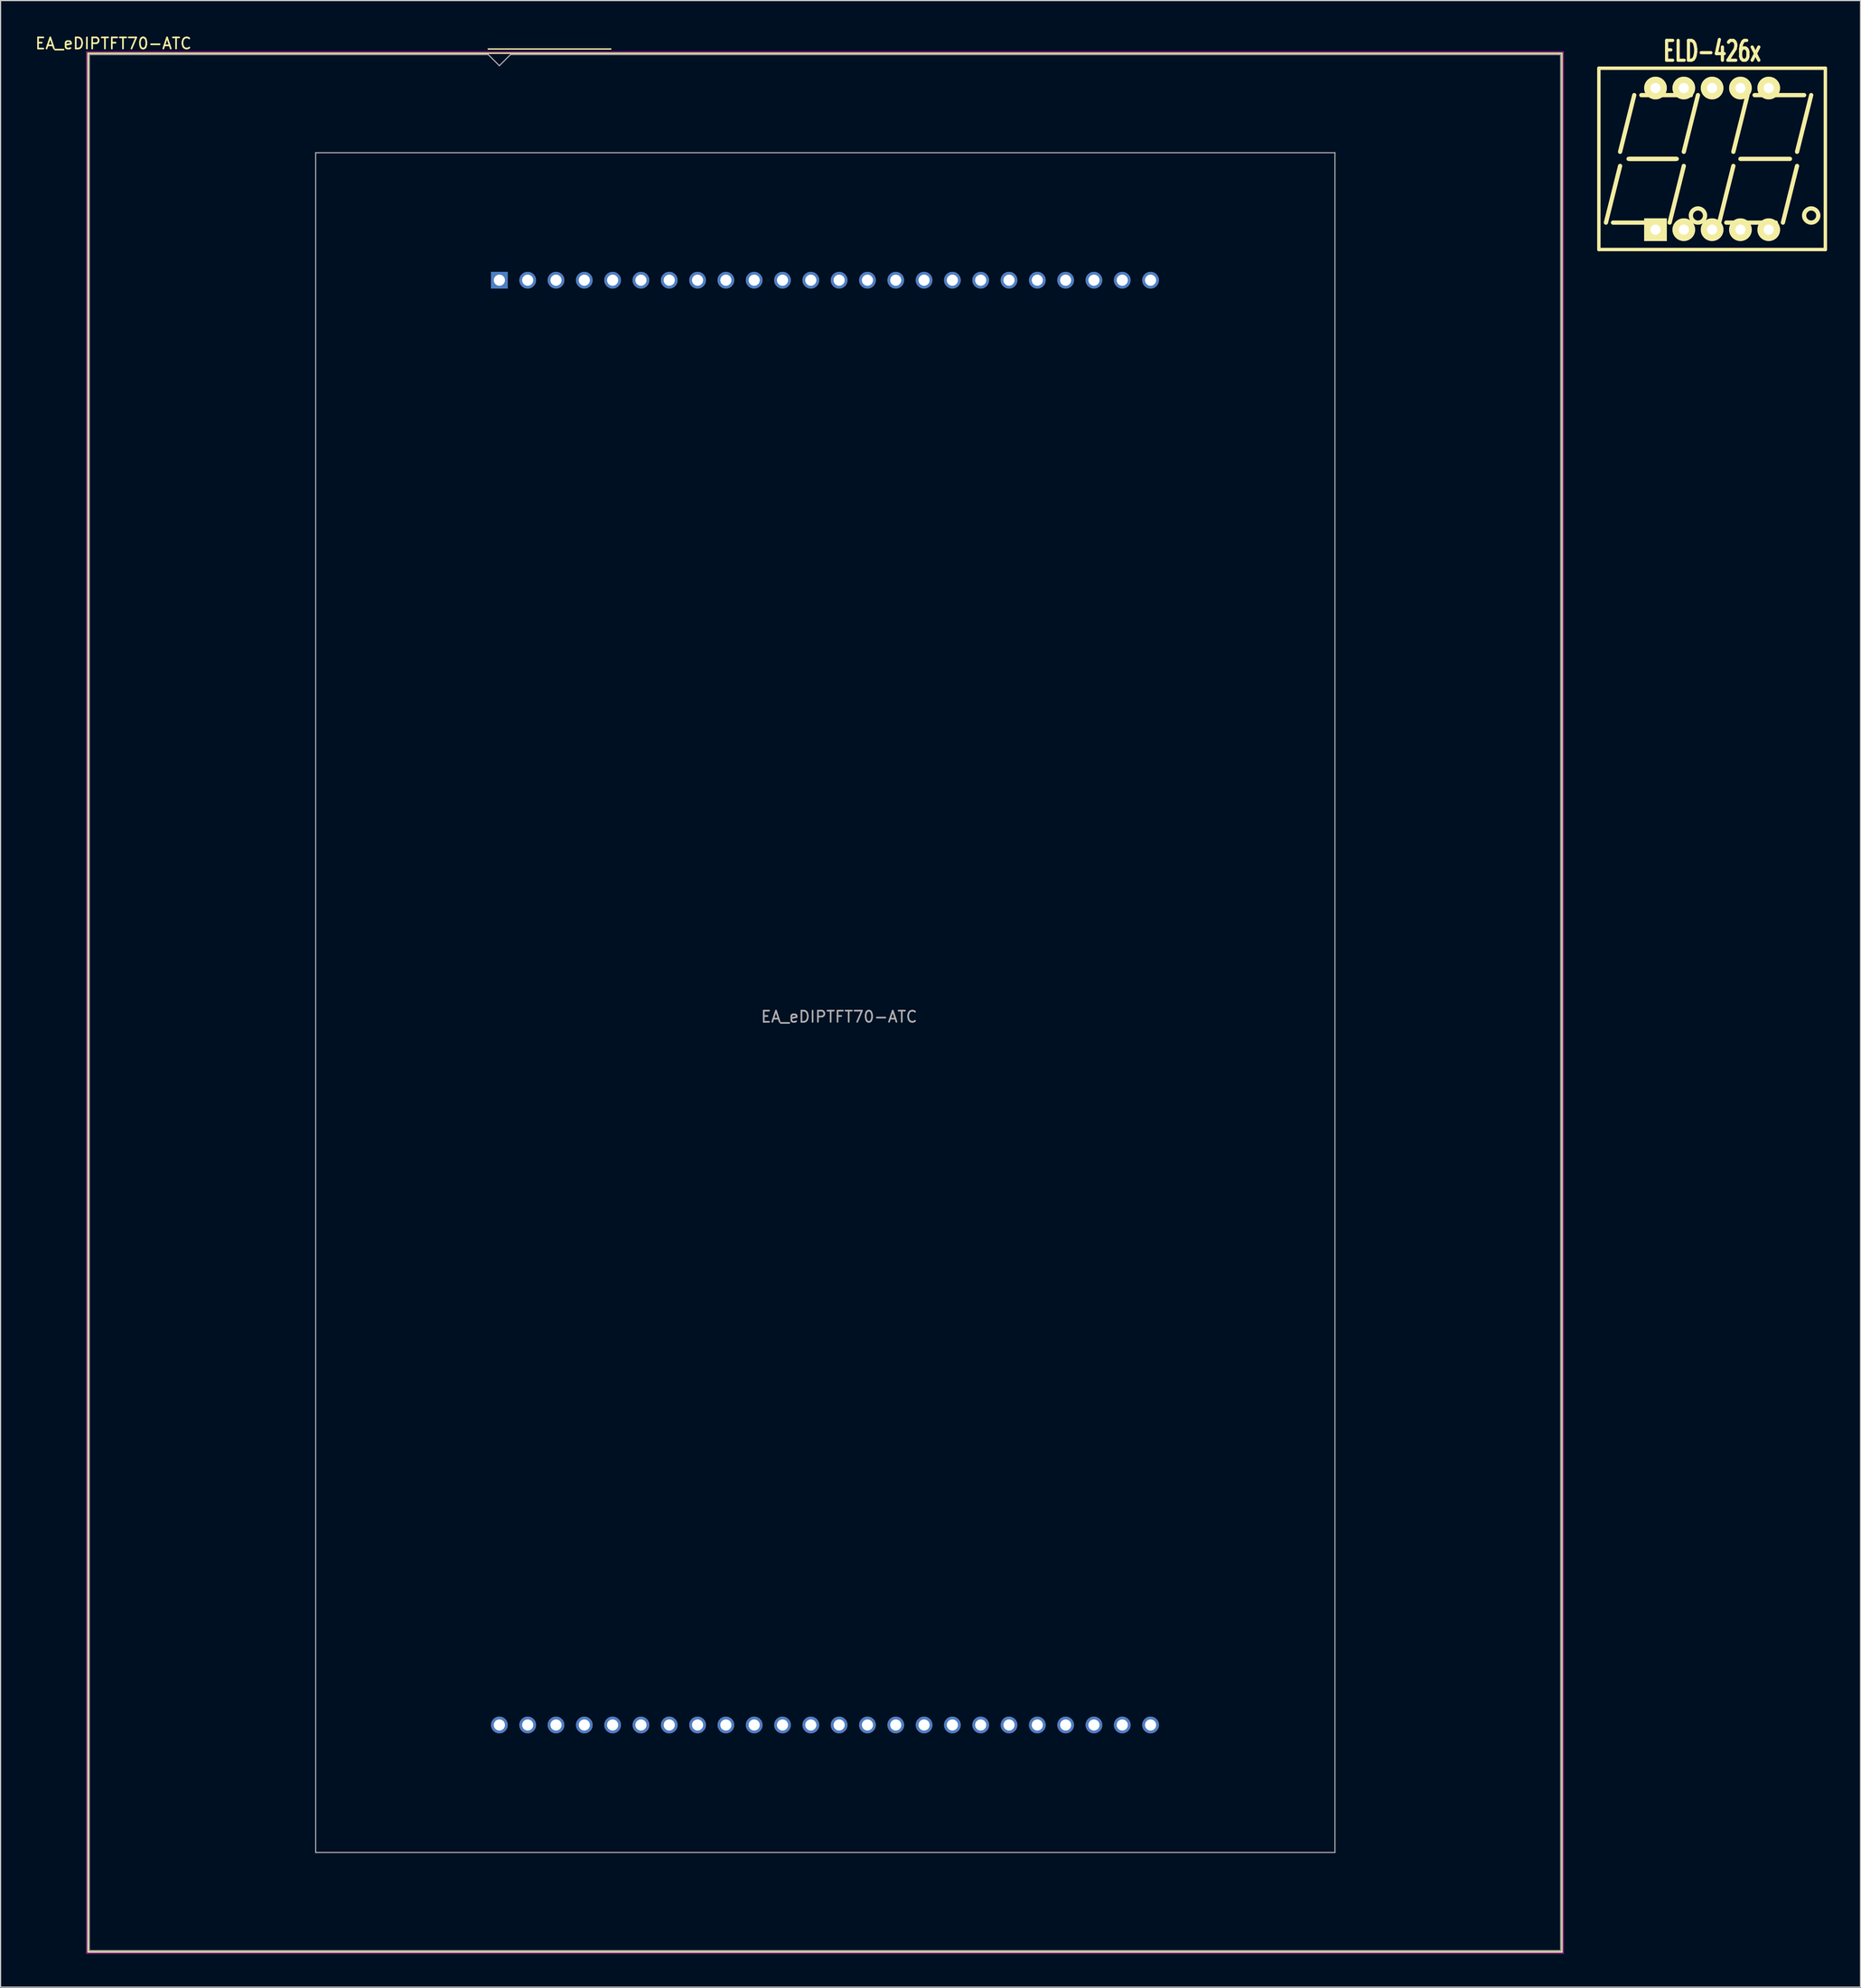
<source format=kicad_pcb>
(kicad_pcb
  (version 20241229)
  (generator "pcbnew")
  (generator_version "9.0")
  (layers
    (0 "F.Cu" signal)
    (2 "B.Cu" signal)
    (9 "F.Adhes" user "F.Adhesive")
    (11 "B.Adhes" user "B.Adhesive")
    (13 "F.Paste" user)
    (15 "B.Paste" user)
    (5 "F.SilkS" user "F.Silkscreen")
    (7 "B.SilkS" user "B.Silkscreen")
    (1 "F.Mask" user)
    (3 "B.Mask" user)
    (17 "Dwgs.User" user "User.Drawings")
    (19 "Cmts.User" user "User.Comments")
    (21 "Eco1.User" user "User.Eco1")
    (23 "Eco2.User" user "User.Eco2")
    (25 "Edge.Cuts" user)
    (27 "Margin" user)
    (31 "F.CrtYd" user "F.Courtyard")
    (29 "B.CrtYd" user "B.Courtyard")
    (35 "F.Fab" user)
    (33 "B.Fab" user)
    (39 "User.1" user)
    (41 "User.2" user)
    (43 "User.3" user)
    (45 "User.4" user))
  (footprint "ELD-426x"
    (layer "F.Cu")
    (at 150.547 11.194)
    (property "Reference" "ELD-426x" (at 0 -9.652 0) (layer "F.SilkS") (effects (font (size 1.778 1.143) (thickness 0.305))))
    (attr through_hole)
    (fp_line (start -10.16 -8.128) (end 10.16 -8.128) (stroke (width 0.305) (type solid)) (layer "F.SilkS"))
    (fp_line (start -10.16 8.128) (end -10.16 -8.128) (stroke (width 0.305) (type solid)) (layer "F.SilkS"))
    (fp_line (start -10.16 8.128) (end 10.16 8.128) (stroke (width 0.305) (type solid)) (layer "F.SilkS"))
    (fp_line (start -8.89 5.715) (end -4.445 5.715) (stroke (width 0.381) (type solid)) (layer "F.SilkS"))
    (fp_line (start -8.255 -0.635) (end -6.985 -5.715) (stroke (width 0.381) (type solid)) (layer "F.SilkS"))
    (fp_line (start -8.255 0.635) (end -9.525 5.715) (stroke (width 0.381) (type solid)) (layer "F.SilkS"))
    (fp_line (start -7.493 0) (end -3.175 0) (stroke (width 0.381) (type solid)) (layer "F.SilkS"))
    (fp_line (start -7.366 0) (end -3.302 0) (stroke (width 0.381) (type solid)) (layer "F.SilkS"))
    (fp_line (start -6.35 -5.715) (end -1.905 -5.715) (stroke (width 0.381) (type solid)) (layer "F.SilkS"))
    (fp_line (start -2.54 -0.635) (end -1.27 -5.715) (stroke (width 0.381) (type solid)) (layer "F.SilkS"))
    (fp_line (start -2.54 0.635) (end -3.81 5.715) (stroke (width 0.381) (type solid)) (layer "F.SilkS"))
    (fp_line (start 0.635 5.715) (end 1.905 0.635) (stroke (width 0.381) (type solid)) (layer "F.SilkS"))
    (fp_line (start 1.27 5.715) (end 5.715 5.715) (stroke (width 0.381) (type solid)) (layer "F.SilkS"))
    (fp_line (start 1.905 -0.635) (end 3.175 -5.715) (stroke (width 0.381) (type solid)) (layer "F.SilkS"))
    (fp_line (start 2.54 0) (end 6.985 0) (stroke (width 0.381) (type solid)) (layer "F.SilkS"))
    (fp_line (start 3.81 -5.715) (end 8.255 -5.715) (stroke (width 0.381) (type solid)) (layer "F.SilkS"))
    (fp_line (start 7.62 -0.635) (end 8.89 -5.715) (stroke (width 0.381) (type solid)) (layer "F.SilkS"))
    (fp_line (start 7.62 0.635) (end 6.35 5.715) (stroke (width 0.381) (type solid)) (layer "F.SilkS"))
    (fp_line (start 10.16 -8.128) (end 10.16 8.128) (stroke (width 0.305) (type solid)) (layer "F.SilkS"))
    (fp_circle (center -1.27 5.08) (end -0.635 5.08) (stroke (width 0.381) (type solid)) (fill no) (layer "F.SilkS"))
    (fp_circle (center 8.89 5.08) (end 9.525 5.08) (stroke (width 0.381) (type solid)) (fill no) (layer "F.SilkS"))
    (pad "1" thru_hole rect (at -5.08 6.35) (size 2.032 2.032) (drill 0.914) (layers "*.Cu" "*.Mask" "F.SilkS"))
    (pad "2" thru_hole circle (at -2.54 6.35) (size 2.032 2.032) (drill 0.914) (layers "*.Cu" "*.Mask" "F.SilkS"))
    (pad "3" thru_hole circle (at 0 6.35) (size 2.032 2.032) (drill 0.914) (layers "*.Cu" "*.Mask" "F.SilkS"))
    (pad "4" thru_hole circle (at 2.54 6.35) (size 2.032 2.032) (drill 0.914) (layers "*.Cu" "*.Mask" "F.SilkS"))
    (pad "5" thru_hole circle (at 5.08 6.35) (size 2.032 2.032) (drill 0.914) (layers "*.Cu" "*.Mask" "F.SilkS"))
    (pad "6" thru_hole circle (at 5.08 -6.35) (size 2.032 2.032) (drill 0.914) (layers "*.Cu" "*.Mask" "F.SilkS"))
    (pad "7" thru_hole circle (at 2.54 -6.35) (size 2.032 2.032) (drill 0.914) (layers "*.Cu" "*.Mask" "F.SilkS"))
    (pad "8" thru_hole circle (at 0 -6.35) (size 2.032 2.032) (drill 0.914) (layers "*.Cu" "*.Mask" "F.SilkS"))
    (pad "9" thru_hole circle (at -2.54 -6.35) (size 2.032 2.032) (drill 0.914) (layers "*.Cu" "*.Mask" "F.SilkS"))
    (pad "10" thru_hole circle (at -5.08 -6.35) (size 2.032 2.032) (drill 0.914) (layers "*.Cu" "*.Mask" "F.SilkS")))
  (footprint "EA_eDIPTFT70-ATC"
    (layer "F.Cu")
    (at 41.75 22.073)
    (property "Reference" "EA_eDIPTFT70-ATC" (at -34.625 -21.225 0) (layer "F.SilkS") (effects (font (size 1 1) (thickness 0.15))))
    (attr through_hole)
    (fp_line (start -36.91 -20.35) (end 95.33 -20.35) (stroke (width 0.12) (type solid)) (layer "F.SilkS"))
    (fp_line (start -36.91 149.89) (end -36.91 -20.35) (stroke (width 0.12) (type solid)) (layer "F.SilkS"))
    (fp_line (start -1 -20.73) (end 10 -20.73) (stroke (width 0.12) (type solid)) (layer "F.SilkS"))
    (fp_line (start 95.33 -20.35) (end 95.33 149.89) (stroke (width 0.12) (type solid)) (layer "F.SilkS"))
    (fp_line (start 95.33 149.89) (end -36.91 149.89) (stroke (width 0.12) (type solid)) (layer "F.SilkS"))
    (fp_line (start -37.04 -20.48) (end 95.46 -20.48) (stroke (width 0.05) (type solid)) (layer "F.CrtYd"))
    (fp_line (start -37.04 150.02) (end -37.04 -20.48) (stroke (width 0.05) (type solid)) (layer "F.CrtYd"))
    (fp_line (start 95.46 -20.48) (end 95.46 150.02) (stroke (width 0.05) (type solid)) (layer "F.CrtYd"))
    (fp_line (start 95.46 150.02) (end -37.04 150.02) (stroke (width 0.05) (type solid)) (layer "F.CrtYd"))
    (fp_line (start -36.79 -20.23) (end -1 -20.23) (stroke (width 0.1) (type solid)) (layer "F.Fab"))
    (fp_line (start -36.79 149.77) (end -36.79 -20.23) (stroke (width 0.1) (type solid)) (layer "F.Fab"))
    (fp_line (start -16.48 -11.43) (end -16.48 140.97) (stroke (width 0.1) (type solid)) (layer "F.Fab"))
    (fp_line (start -16.48 140.97) (end 74.96 140.97) (stroke (width 0.1) (type solid)) (layer "F.Fab"))
    (fp_line (start -1 -20.23) (end 0 -19.23) (stroke (width 0.1) (type solid)) (layer "F.Fab"))
    (fp_line (start 0 -19.23) (end 1 -20.23) (stroke (width 0.1) (type solid)) (layer "F.Fab"))
    (fp_line (start 1 -20.23) (end 95.21 -20.23) (stroke (width 0.1) (type solid)) (layer "F.Fab"))
    (fp_line (start 74.96 -11.43) (end -16.48 -11.43) (stroke (width 0.1) (type solid)) (layer "F.Fab"))
    (fp_line (start 74.96 140.97) (end 74.96 -11.43) (stroke (width 0.1) (type solid)) (layer "F.Fab"))
    (fp_line (start 95.21 -20.23) (end 95.21 149.77) (stroke (width 0.1) (type solid)) (layer "F.Fab"))
    (fp_line (start 95.21 149.77) (end -36.79 149.77) (stroke (width 0.1) (type solid)) (layer "F.Fab"))
    (fp_text user "${REFERENCE}" (at 30.48 66.04 0) (layer "F.Fab") (effects (font (size 1 1) (thickness 0.15))))
    (pad "1" thru_hole rect (at 0 0) (size 1.5 1.5) (drill 1) (layers "*.Cu" "*.Mask"))
    (pad "2" thru_hole circle (at 2.54 0) (size 1.5 1.5) (drill 1) (layers "*.Cu" "*.Mask"))
    (pad "3" thru_hole circle (at 5.08 0) (size 1.5 1.5) (drill 1) (layers "*.Cu" "*.Mask"))
    (pad "4" thru_hole circle (at 7.62 0) (size 1.5 1.5) (drill 1) (layers "*.Cu" "*.Mask"))
    (pad "5" thru_hole circle (at 10.16 0) (size 1.5 1.5) (drill 1) (layers "*.Cu" "*.Mask"))
    (pad "6" thru_hole circle (at 12.7 0) (size 1.5 1.5) (drill 1) (layers "*.Cu" "*.Mask"))
    (pad "7" thru_hole circle (at 15.24 0) (size 1.5 1.5) (drill 1) (layers "*.Cu" "*.Mask"))
    (pad "8" thru_hole circle (at 17.78 0) (size 1.5 1.5) (drill 1) (layers "*.Cu" "*.Mask"))
    (pad "9" thru_hole circle (at 20.32 0) (size 1.5 1.5) (drill 1) (layers "*.Cu" "*.Mask"))
    (pad "10" thru_hole circle (at 22.86 0) (size 1.5 1.5) (drill 1) (layers "*.Cu" "*.Mask"))
    (pad "11" thru_hole circle (at 25.4 0) (size 1.5 1.5) (drill 1) (layers "*.Cu" "*.Mask"))
    (pad "12" thru_hole circle (at 27.94 0) (size 1.5 1.5) (drill 1) (layers "*.Cu" "*.Mask"))
    (pad "13" thru_hole circle (at 30.48 0) (size 1.5 1.5) (drill 1) (layers "*.Cu" "*.Mask"))
    (pad "14" thru_hole circle (at 33.02 0) (size 1.5 1.5) (drill 1) (layers "*.Cu" "*.Mask"))
    (pad "15" thru_hole circle (at 35.56 0) (size 1.5 1.5) (drill 1) (layers "*.Cu" "*.Mask"))
    (pad "16" thru_hole circle (at 38.1 0) (size 1.5 1.5) (drill 1) (layers "*.Cu" "*.Mask"))
    (pad "17" thru_hole circle (at 40.64 0) (size 1.5 1.5) (drill 1) (layers "*.Cu" "*.Mask"))
    (pad "18" thru_hole circle (at 43.18 0) (size 1.5 1.5) (drill 1) (layers "*.Cu" "*.Mask"))
    (pad "19" thru_hole circle (at 45.72 0) (size 1.5 1.5) (drill 1) (layers "*.Cu" "*.Mask"))
    (pad "20" thru_hole circle (at 48.26 0) (size 1.5 1.5) (drill 1) (layers "*.Cu" "*.Mask"))
    (pad "21" thru_hole circle (at 50.8 0) (size 1.5 1.5) (drill 1) (layers "*.Cu" "*.Mask"))
    (pad "22" thru_hole circle (at 53.34 0) (size 1.5 1.5) (drill 1) (layers "*.Cu" "*.Mask"))
    (pad "23" thru_hole circle (at 55.88 0) (size 1.5 1.5) (drill 1) (layers "*.Cu" "*.Mask"))
    (pad "24" thru_hole circle (at 58.42 0) (size 1.5 1.5) (drill 1) (layers "*.Cu" "*.Mask"))
    (pad "25" thru_hole circle (at 58.42 129.54) (size 1.5 1.5) (drill 1) (layers "*.Cu" "*.Mask"))
    (pad "26" thru_hole circle (at 55.88 129.54) (size 1.5 1.5) (drill 1) (layers "*.Cu" "*.Mask"))
    (pad "27" thru_hole circle (at 53.34 129.54) (size 1.5 1.5) (drill 1) (layers "*.Cu" "*.Mask"))
    (pad "28" thru_hole circle (at 50.8 129.54) (size 1.5 1.5) (drill 1) (layers "*.Cu" "*.Mask"))
    (pad "29" thru_hole circle (at 48.26 129.54) (size 1.5 1.5) (drill 1) (layers "*.Cu" "*.Mask"))
    (pad "30" thru_hole circle (at 45.72 129.54) (size 1.5 1.5) (drill 1) (layers "*.Cu" "*.Mask"))
    (pad "31" thru_hole circle (at 43.18 129.54) (size 1.5 1.5) (drill 1) (layers "*.Cu" "*.Mask"))
    (pad "32" thru_hole circle (at 40.64 129.54) (size 1.5 1.5) (drill 1) (layers "*.Cu" "*.Mask"))
    (pad "33" thru_hole circle (at 38.1 129.54) (size 1.5 1.5) (drill 1) (layers "*.Cu" "*.Mask"))
    (pad "34" thru_hole circle (at 35.56 129.54) (size 1.5 1.5) (drill 1) (layers "*.Cu" "*.Mask"))
    (pad "35" thru_hole circle (at 33.02 129.54) (size 1.5 1.5) (drill 1) (layers "*.Cu" "*.Mask"))
    (pad "36" thru_hole circle (at 30.48 129.54) (size 1.5 1.5) (drill 1) (layers "*.Cu" "*.Mask"))
    (pad "37" thru_hole circle (at 27.94 129.54) (size 1.5 1.5) (drill 1) (layers "*.Cu" "*.Mask"))
    (pad "38" thru_hole circle (at 25.4 129.54) (size 1.5 1.5) (drill 1) (layers "*.Cu" "*.Mask"))
    (pad "39" thru_hole circle (at 22.86 129.54) (size 1.5 1.5) (drill 1) (layers "*.Cu" "*.Mask"))
    (pad "40" thru_hole circle (at 20.32 129.54) (size 1.5 1.5) (drill 1) (layers "*.Cu" "*.Mask"))
    (pad "41" thru_hole circle (at 17.78 129.54) (size 1.5 1.5) (drill 1) (layers "*.Cu" "*.Mask"))
    (pad "42" thru_hole circle (at 15.24 129.54) (size 1.5 1.5) (drill 1) (layers "*.Cu" "*.Mask"))
    (pad "43" thru_hole circle (at 12.7 129.54) (size 1.5 1.5) (drill 1) (layers "*.Cu" "*.Mask"))
    (pad "44" thru_hole circle (at 10.16 129.54) (size 1.5 1.5) (drill 1) (layers "*.Cu" "*.Mask"))
    (pad "45" thru_hole circle (at 7.62 129.54) (size 1.5 1.5) (drill 1) (layers "*.Cu" "*.Mask"))
    (pad "46" thru_hole circle (at 5.08 129.54) (size 1.5 1.5) (drill 1) (layers "*.Cu" "*.Mask"))
    (pad "47" thru_hole circle (at 2.54 129.54) (size 1.5 1.5) (drill 1) (layers "*.Cu" "*.Mask"))
    (pad "48" thru_hole circle (at 0 129.54) (size 1.5 1.5) (drill 1) (layers "*.Cu" "*.Mask")))
  (gr_rect
    (start -3 -3)
    (end 163.86 175.118)
    (stroke (width 0.1) (type default))
    (fill no)
    (layer "Edge.Cuts")))
</source>
